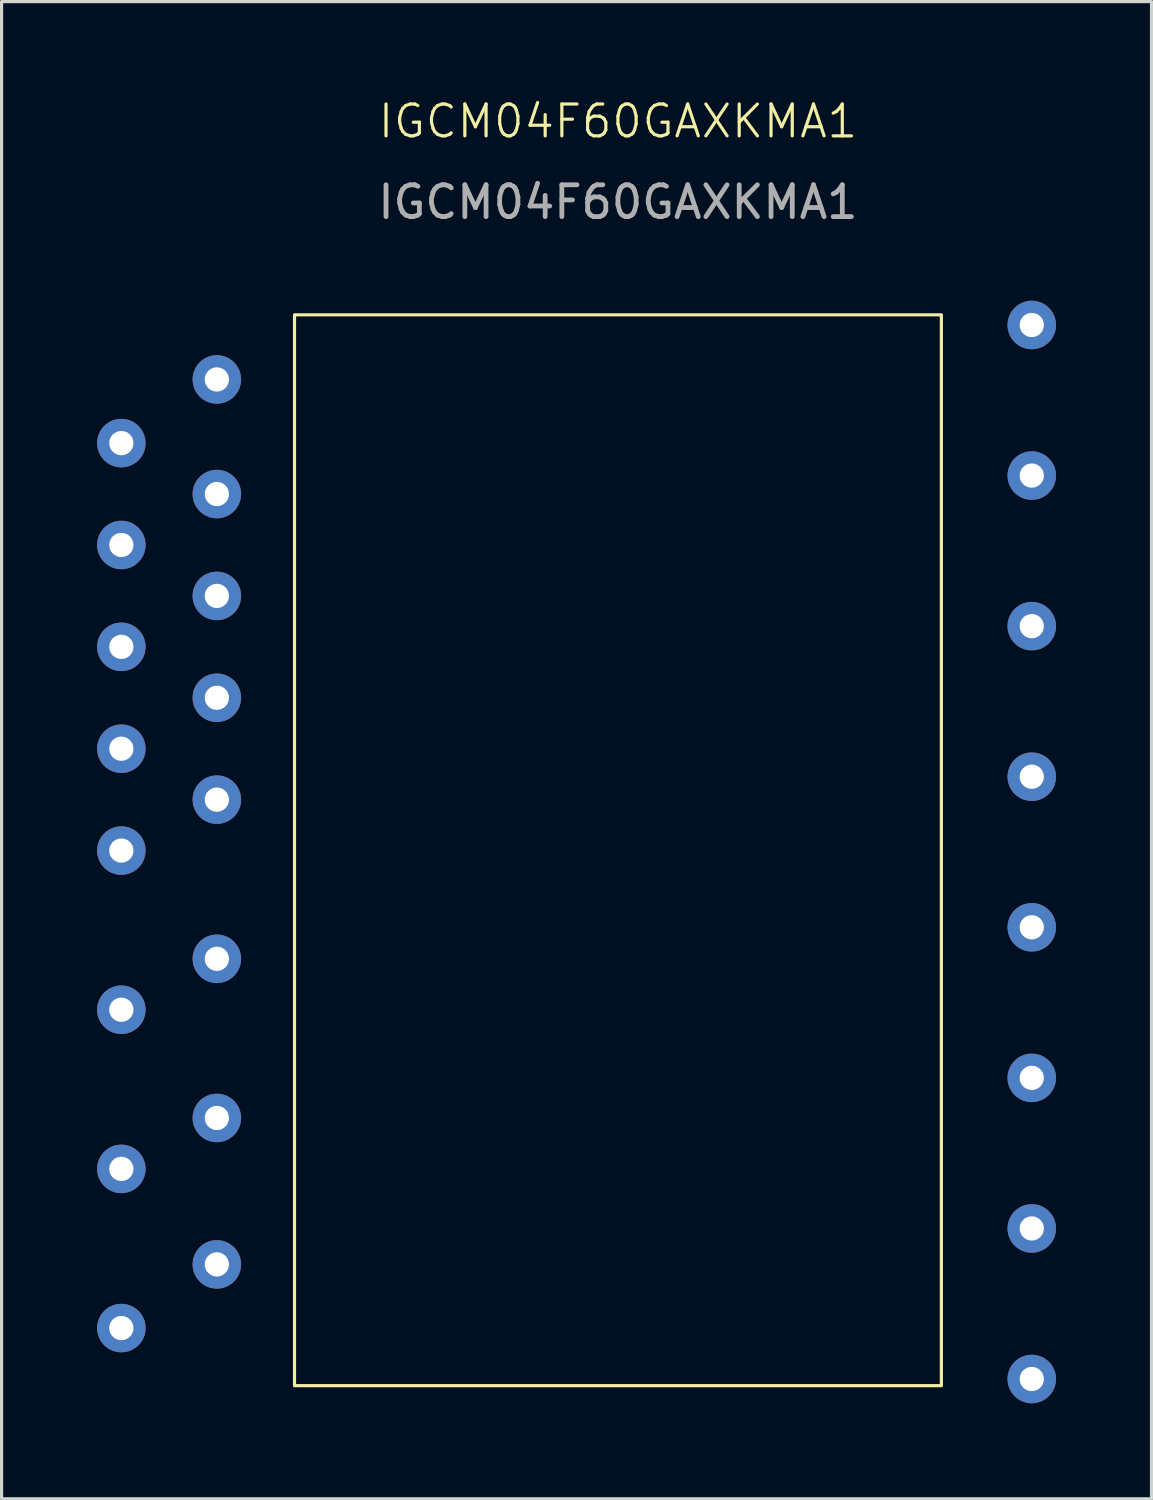
<source format=kicad_pcb>
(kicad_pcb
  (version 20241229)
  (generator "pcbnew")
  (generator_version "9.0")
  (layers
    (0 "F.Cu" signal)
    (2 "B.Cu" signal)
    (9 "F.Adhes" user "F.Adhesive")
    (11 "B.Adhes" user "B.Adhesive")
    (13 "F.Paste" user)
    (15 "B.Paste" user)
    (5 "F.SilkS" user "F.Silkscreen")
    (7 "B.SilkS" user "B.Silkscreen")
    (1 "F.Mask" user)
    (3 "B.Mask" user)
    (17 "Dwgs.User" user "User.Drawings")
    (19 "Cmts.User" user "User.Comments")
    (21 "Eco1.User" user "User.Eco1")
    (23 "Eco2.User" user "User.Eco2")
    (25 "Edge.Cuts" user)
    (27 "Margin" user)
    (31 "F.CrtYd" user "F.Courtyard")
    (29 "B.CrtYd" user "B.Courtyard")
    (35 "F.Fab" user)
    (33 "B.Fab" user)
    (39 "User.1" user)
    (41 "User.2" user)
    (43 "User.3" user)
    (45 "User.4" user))
  (footprint "IGCM04F60GAXKMA1"
    (layer "F.Cu")
    (at 15.762 22.87)
    (property "Reference" "IGCM04F60GAXKMA1" (at 0.6 -22.11 0) (unlocked yes) (layer "F.SilkS") (effects (font (size 1 1) (thickness 0.1))))
    (attr through_hole)
    (fp_rect (start -9.56 -16.03) (end 10.76 17.61) (stroke (width 0.1) (type default)) (fill no) (layer "F.SilkS"))
    (fp_text user "${REFERENCE}" (at 0.6 -19.57 0) (unlocked yes) (layer "F.Fab") (effects (font (size 1 1) (thickness 0.15))))
    (pad "1" thru_hole circle (at -15 15.8) (size 1.524 1.524) (drill 0.762) (layers "*.Cu" "*.Mask"))
    (pad "2" thru_hole circle (at -12 13.8) (size 1.524 1.524) (drill 0.762) (layers "*.Cu" "*.Mask"))
    (pad "3" thru_hole circle (at -15 10.8) (size 1.524 1.524) (drill 0.762) (layers "*.Cu" "*.Mask"))
    (pad "4" thru_hole circle (at -12 9.2) (size 1.524 1.524) (drill 0.762) (layers "*.Cu" "*.Mask"))
    (pad "5" thru_hole circle (at -15 5.8) (size 1.524 1.524) (drill 0.762) (layers "*.Cu" "*.Mask"))
    (pad "6" thru_hole circle (at -12 4.2) (size 1.524 1.524) (drill 0.762) (layers "*.Cu" "*.Mask"))
    (pad "7" thru_hole circle (at -15 0.8) (size 1.524 1.524) (drill 0.762) (layers "*.Cu" "*.Mask"))
    (pad "8" thru_hole circle (at -12 -0.8) (size 1.524 1.524) (drill 0.762) (layers "*.Cu" "*.Mask"))
    (pad "9" thru_hole circle (at -15 -2.4) (size 1.524 1.524) (drill 0.762) (layers "*.Cu" "*.Mask"))
    (pad "10" thru_hole circle (at -12 -4) (size 1.524 1.524) (drill 0.762) (layers "*.Cu" "*.Mask"))
    (pad "11" thru_hole circle (at -15 -5.6) (size 1.524 1.524) (drill 0.762) (layers "*.Cu" "*.Mask"))
    (pad "12" thru_hole circle (at -12 -7.2) (size 1.524 1.524) (drill 0.762) (layers "*.Cu" "*.Mask"))
    (pad "13" thru_hole circle (at -15 -8.8) (size 1.524 1.524) (drill 0.762) (layers "*.Cu" "*.Mask"))
    (pad "14" thru_hole circle (at -12 -10.4) (size 1.524 1.524) (drill 0.762) (layers "*.Cu" "*.Mask"))
    (pad "15" thru_hole circle (at -15 -12) (size 1.524 1.524) (drill 0.762) (layers "*.Cu" "*.Mask"))
    (pad "16" thru_hole circle (at -12 -14) (size 1.524 1.524) (drill 0.762) (layers "*.Cu" "*.Mask"))
    (pad "17" thru_hole circle (at 13.6 -15.71) (size 1.524 1.524) (drill 0.762) (layers "*.Cu" "*.Mask"))
    (pad "18" thru_hole circle (at 13.6 -10.98) (size 1.524 1.524) (drill 0.762) (layers "*.Cu" "*.Mask"))
    (pad "19" thru_hole circle (at 13.6 -6.25) (size 1.524 1.524) (drill 0.762) (layers "*.Cu" "*.Mask"))
    (pad "20" thru_hole circle (at 13.6 -1.52) (size 1.524 1.524) (drill 0.762) (layers "*.Cu" "*.Mask"))
    (pad "21" thru_hole circle (at 13.6 3.21) (size 1.524 1.524) (drill 0.762) (layers "*.Cu" "*.Mask"))
    (pad "22" thru_hole circle (at 13.6 7.94) (size 1.524 1.524) (drill 0.762) (layers "*.Cu" "*.Mask"))
    (pad "23" thru_hole circle (at 13.6 12.67) (size 1.524 1.524) (drill 0.762) (layers "*.Cu" "*.Mask"))
    (pad "24" thru_hole circle (at 13.6 17.4) (size 1.524 1.524) (drill 0.762) (layers "*.Cu" "*.Mask")))
  (gr_rect
    (start -3 -3)
    (end 33.124 44.032)
    (stroke (width 0.1) (type default))
    (fill no)
    (layer "Edge.Cuts")))
</source>
